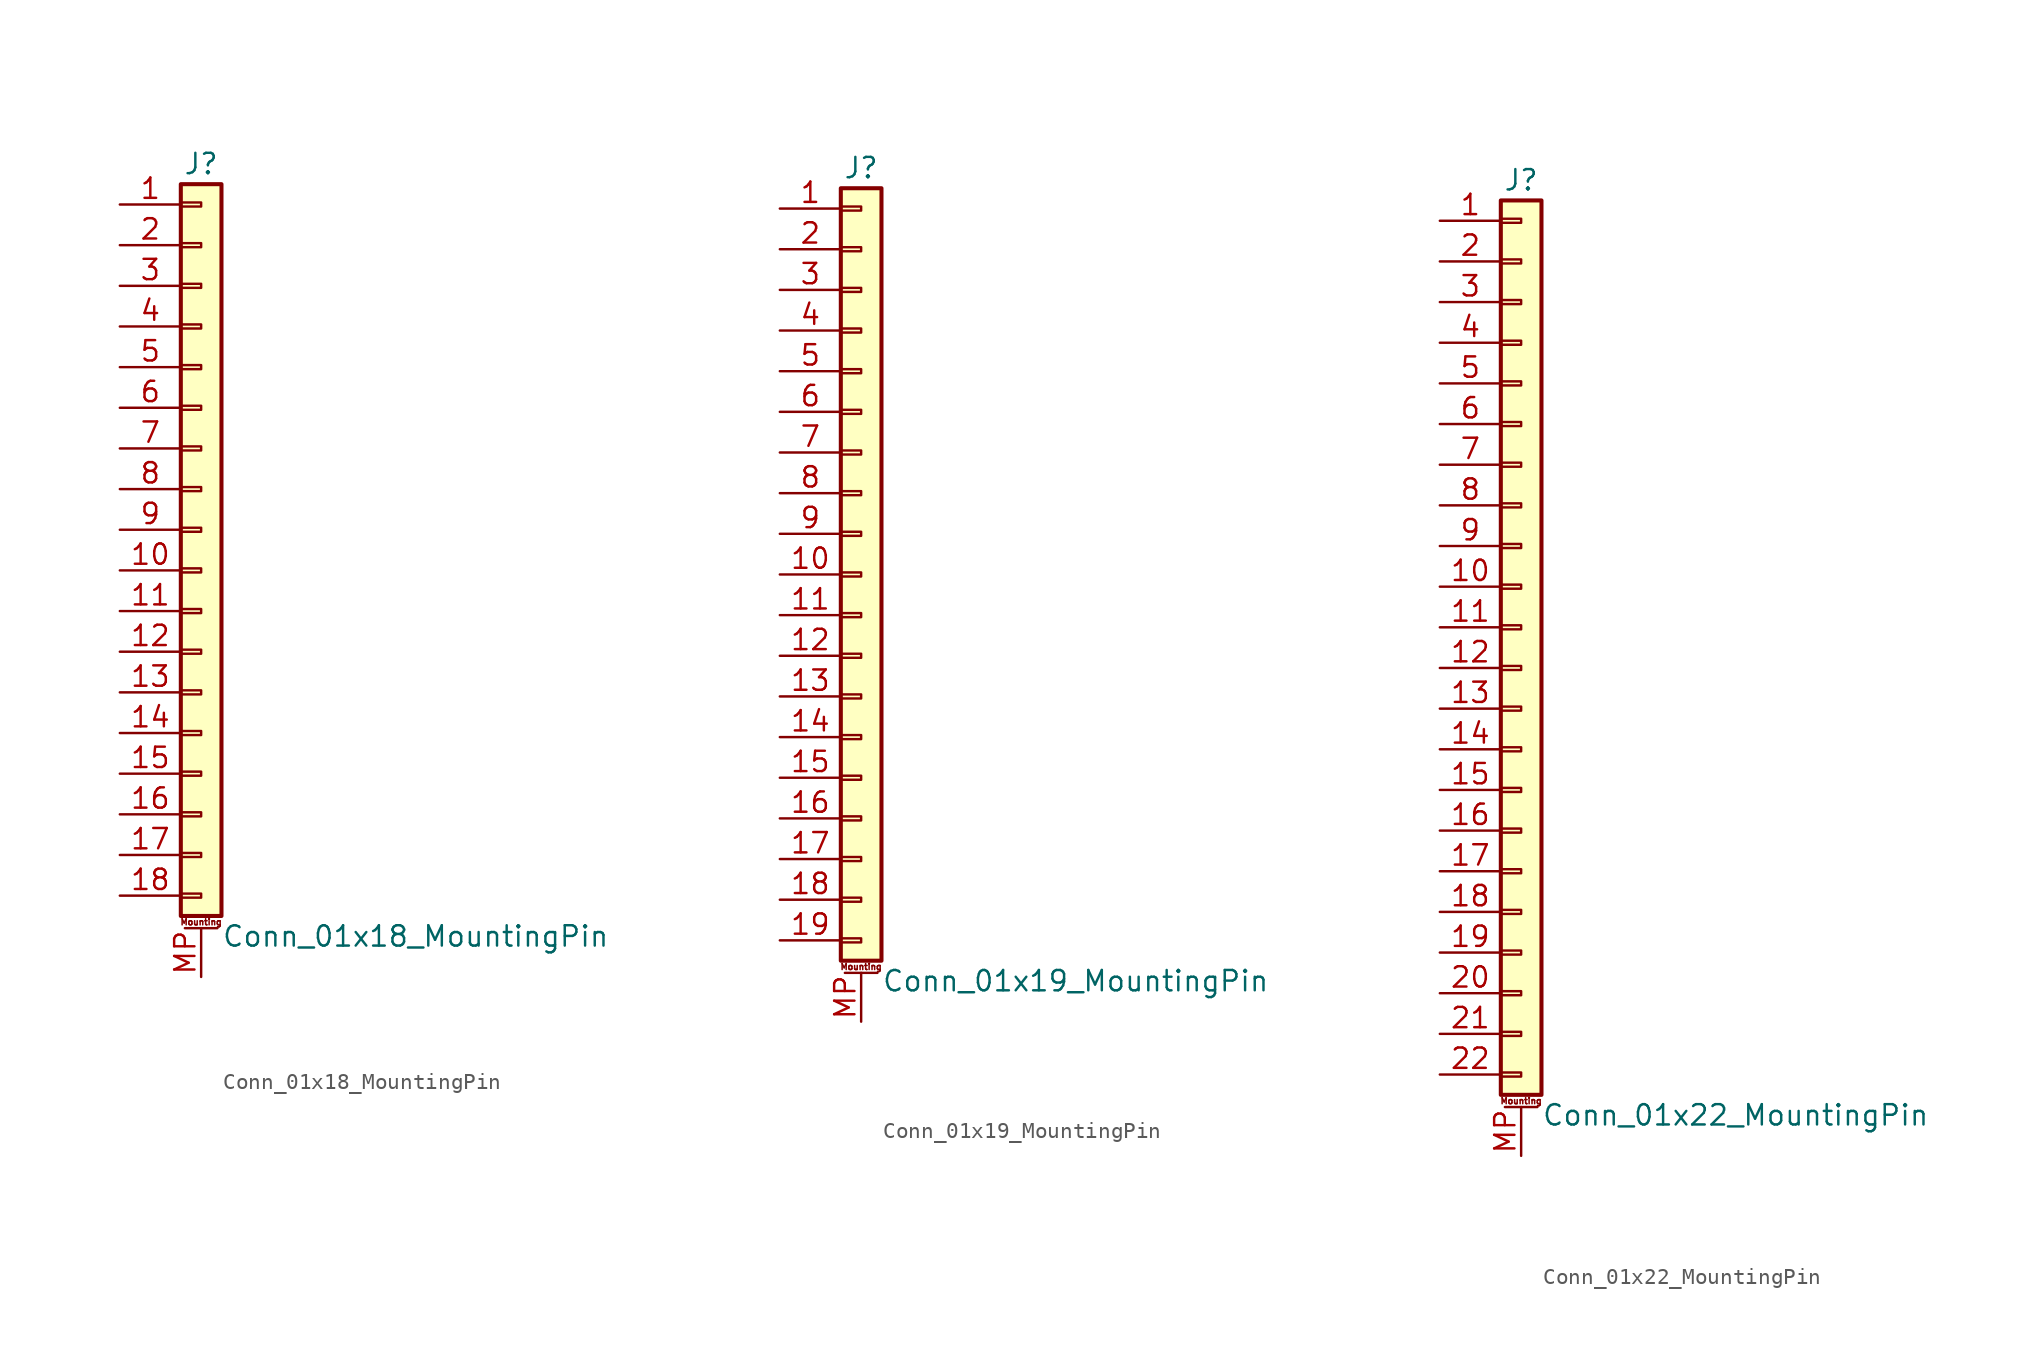
<source format=kicad_sym>
(kicad_symbol_lib
  (version 20220914)
  (generator kicad_symbol_editor)
  (symbol "Conn_01x18_MountingPin"
    (pin_names
      (offset 1.016) hide)
    (property "Reference" "J"
      (at 0 22.86 0)
      (effects (font (size 1.27 1.27))))
    (property "Value" "Conn_01x18_MountingPin"
      (at 1.27 -25.4 0)
      (effects (font (size 1.27 1.27)) (justify left)))
    (symbol "Conn_01x18_MountingPin_1_1"
      (rectangle (start -1.27 -22.733) (end 0 -22.987) (stroke (width 0.152) (type default)) (fill (type none)))
      (rectangle (start -1.27 -20.193) (end 0 -20.447) (stroke (width 0.152) (type default)) (fill (type none)))
      (rectangle (start -1.27 -17.653) (end 0 -17.907) (stroke (width 0.152) (type default)) (fill (type none)))
      (rectangle (start -1.27 -15.113) (end 0 -15.367) (stroke (width 0.152) (type default)) (fill (type none)))
      (rectangle (start -1.27 -12.573) (end 0 -12.827) (stroke (width 0.152) (type default)) (fill (type none)))
      (rectangle (start -1.27 -10.033) (end 0 -10.287) (stroke (width 0.152) (type default)) (fill (type none)))
      (rectangle (start -1.27 -7.493) (end 0 -7.747) (stroke (width 0.152) (type default)) (fill (type none)))
      (rectangle (start -1.27 -4.953) (end 0 -5.207) (stroke (width 0.152) (type default)) (fill (type none)))
      (rectangle (start -1.27 -2.413) (end 0 -2.667) (stroke (width 0.152) (type default)) (fill (type none)))
      (rectangle (start -1.27 0.127) (end 0 -0.127) (stroke (width 0.152) (type default)) (fill (type none)))
      (rectangle (start -1.27 2.667) (end 0 2.413) (stroke (width 0.152) (type default)) (fill (type none)))
      (rectangle (start -1.27 5.207) (end 0 4.953) (stroke (width 0.152) (type default)) (fill (type none)))
      (rectangle (start -1.27 7.747) (end 0 7.493) (stroke (width 0.152) (type default)) (fill (type none)))
      (rectangle (start -1.27 10.287) (end 0 10.033) (stroke (width 0.152) (type default)) (fill (type none)))
      (rectangle (start -1.27 12.827) (end 0 12.573) (stroke (width 0.152) (type default)) (fill (type none)))
      (rectangle (start -1.27 15.367) (end 0 15.113) (stroke (width 0.152) (type default)) (fill (type none)))
      (rectangle (start -1.27 17.907) (end 0 17.653) (stroke (width 0.152) (type default)) (fill (type none)))
      (rectangle (start -1.27 20.447) (end 0 20.193) (stroke (width 0.152) (type default)) (fill (type none)))
      (rectangle (start -1.27 21.59) (end 1.27 -24.13) (stroke (width 0.254) (type default)) (fill (type background)))
      (polyline (pts (xy -1.016 -24.892) (xy 1.016 -24.892)) (stroke (width 0.152) (type default)) (fill (type none)))
      (text "Mounting" (at 0 -24.511 0) (effects (font (size 0.381 0.381))))
      (pin passive line (at -5.08 20.32 0) (length 3.81) (name "Pin_1" (effects (font (size 1.27 1.27)))) (number "1" (effects (font (size 1.27 1.27)))))
      (pin passive line (at -5.08 -2.54 0) (length 3.81) (name "Pin_10" (effects (font (size 1.27 1.27)))) (number "10" (effects (font (size 1.27 1.27)))))
      (pin passive line (at -5.08 -5.08 0) (length 3.81) (name "Pin_11" (effects (font (size 1.27 1.27)))) (number "11" (effects (font (size 1.27 1.27)))))
      (pin passive line (at -5.08 -7.62 0) (length 3.81) (name "Pin_12" (effects (font (size 1.27 1.27)))) (number "12" (effects (font (size 1.27 1.27)))))
      (pin passive line (at -5.08 -10.16 0) (length 3.81) (name "Pin_13" (effects (font (size 1.27 1.27)))) (number "13" (effects (font (size 1.27 1.27)))))
      (pin passive line (at -5.08 -12.7 0) (length 3.81) (name "Pin_14" (effects (font (size 1.27 1.27)))) (number "14" (effects (font (size 1.27 1.27)))))
      (pin passive line (at -5.08 -15.24 0) (length 3.81) (name "Pin_15" (effects (font (size 1.27 1.27)))) (number "15" (effects (font (size 1.27 1.27)))))
      (pin passive line (at -5.08 -17.78 0) (length 3.81) (name "Pin_16" (effects (font (size 1.27 1.27)))) (number "16" (effects (font (size 1.27 1.27)))))
      (pin passive line (at -5.08 -20.32 0) (length 3.81) (name "Pin_17" (effects (font (size 1.27 1.27)))) (number "17" (effects (font (size 1.27 1.27)))))
      (pin passive line (at -5.08 -22.86 0) (length 3.81) (name "Pin_18" (effects (font (size 1.27 1.27)))) (number "18" (effects (font (size 1.27 1.27)))))
      (pin passive line (at -5.08 17.78 0) (length 3.81) (name "Pin_2" (effects (font (size 1.27 1.27)))) (number "2" (effects (font (size 1.27 1.27)))))
      (pin passive line (at -5.08 15.24 0) (length 3.81) (name "Pin_3" (effects (font (size 1.27 1.27)))) (number "3" (effects (font (size 1.27 1.27)))))
      (pin passive line (at -5.08 12.7 0) (length 3.81) (name "Pin_4" (effects (font (size 1.27 1.27)))) (number "4" (effects (font (size 1.27 1.27)))))
      (pin passive line (at -5.08 10.16 0) (length 3.81) (name "Pin_5" (effects (font (size 1.27 1.27)))) (number "5" (effects (font (size 1.27 1.27)))))
      (pin passive line (at -5.08 7.62 0) (length 3.81) (name "Pin_6" (effects (font (size 1.27 1.27)))) (number "6" (effects (font (size 1.27 1.27)))))
      (pin passive line (at -5.08 5.08 0) (length 3.81) (name "Pin_7" (effects (font (size 1.27 1.27)))) (number "7" (effects (font (size 1.27 1.27)))))
      (pin passive line (at -5.08 2.54 0) (length 3.81) (name "Pin_8" (effects (font (size 1.27 1.27)))) (number "8" (effects (font (size 1.27 1.27)))))
      (pin passive line (at -5.08 0 0) (length 3.81) (name "Pin_9" (effects (font (size 1.27 1.27)))) (number "9" (effects (font (size 1.27 1.27)))))
      (pin passive line (at 0 -27.94 90) (length 3.048) (name "MountPin" (effects (font (size 1.27 1.27)))) (number "MP" (effects (font (size 1.27 1.27)))))))
  (symbol "Conn_01x19_MountingPin"
    (pin_names
      (offset 1.016) hide)
    (property "Reference" "J"
      (at 0 25.4 0)
      (effects (font (size 1.27 1.27))))
    (property "Value" "Conn_01x19_MountingPin"
      (at 1.27 -25.4 0)
      (effects (font (size 1.27 1.27)) (justify left)))
    (symbol "Conn_01x19_MountingPin_1_1"
      (rectangle (start -1.27 -22.733) (end 0 -22.987) (stroke (width 0.152) (type default)) (fill (type none)))
      (rectangle (start -1.27 -20.193) (end 0 -20.447) (stroke (width 0.152) (type default)) (fill (type none)))
      (rectangle (start -1.27 -17.653) (end 0 -17.907) (stroke (width 0.152) (type default)) (fill (type none)))
      (rectangle (start -1.27 -15.113) (end 0 -15.367) (stroke (width 0.152) (type default)) (fill (type none)))
      (rectangle (start -1.27 -12.573) (end 0 -12.827) (stroke (width 0.152) (type default)) (fill (type none)))
      (rectangle (start -1.27 -10.033) (end 0 -10.287) (stroke (width 0.152) (type default)) (fill (type none)))
      (rectangle (start -1.27 -7.493) (end 0 -7.747) (stroke (width 0.152) (type default)) (fill (type none)))
      (rectangle (start -1.27 -4.953) (end 0 -5.207) (stroke (width 0.152) (type default)) (fill (type none)))
      (rectangle (start -1.27 -2.413) (end 0 -2.667) (stroke (width 0.152) (type default)) (fill (type none)))
      (rectangle (start -1.27 0.127) (end 0 -0.127) (stroke (width 0.152) (type default)) (fill (type none)))
      (rectangle (start -1.27 2.667) (end 0 2.413) (stroke (width 0.152) (type default)) (fill (type none)))
      (rectangle (start -1.27 5.207) (end 0 4.953) (stroke (width 0.152) (type default)) (fill (type none)))
      (rectangle (start -1.27 7.747) (end 0 7.493) (stroke (width 0.152) (type default)) (fill (type none)))
      (rectangle (start -1.27 10.287) (end 0 10.033) (stroke (width 0.152) (type default)) (fill (type none)))
      (rectangle (start -1.27 12.827) (end 0 12.573) (stroke (width 0.152) (type default)) (fill (type none)))
      (rectangle (start -1.27 15.367) (end 0 15.113) (stroke (width 0.152) (type default)) (fill (type none)))
      (rectangle (start -1.27 17.907) (end 0 17.653) (stroke (width 0.152) (type default)) (fill (type none)))
      (rectangle (start -1.27 20.447) (end 0 20.193) (stroke (width 0.152) (type default)) (fill (type none)))
      (rectangle (start -1.27 22.987) (end 0 22.733) (stroke (width 0.152) (type default)) (fill (type none)))
      (rectangle (start -1.27 24.13) (end 1.27 -24.13) (stroke (width 0.254) (type default)) (fill (type background)))
      (polyline (pts (xy -1.016 -24.892) (xy 1.016 -24.892)) (stroke (width 0.152) (type default)) (fill (type none)))
      (text "Mounting" (at 0 -24.511 0) (effects (font (size 0.381 0.381))))
      (pin passive line (at -5.08 22.86 0) (length 3.81) (name "Pin_1" (effects (font (size 1.27 1.27)))) (number "1" (effects (font (size 1.27 1.27)))))
      (pin passive line (at -5.08 0 0) (length 3.81) (name "Pin_10" (effects (font (size 1.27 1.27)))) (number "10" (effects (font (size 1.27 1.27)))))
      (pin passive line (at -5.08 -2.54 0) (length 3.81) (name "Pin_11" (effects (font (size 1.27 1.27)))) (number "11" (effects (font (size 1.27 1.27)))))
      (pin passive line (at -5.08 -5.08 0) (length 3.81) (name "Pin_12" (effects (font (size 1.27 1.27)))) (number "12" (effects (font (size 1.27 1.27)))))
      (pin passive line (at -5.08 -7.62 0) (length 3.81) (name "Pin_13" (effects (font (size 1.27 1.27)))) (number "13" (effects (font (size 1.27 1.27)))))
      (pin passive line (at -5.08 -10.16 0) (length 3.81) (name "Pin_14" (effects (font (size 1.27 1.27)))) (number "14" (effects (font (size 1.27 1.27)))))
      (pin passive line (at -5.08 -12.7 0) (length 3.81) (name "Pin_15" (effects (font (size 1.27 1.27)))) (number "15" (effects (font (size 1.27 1.27)))))
      (pin passive line (at -5.08 -15.24 0) (length 3.81) (name "Pin_16" (effects (font (size 1.27 1.27)))) (number "16" (effects (font (size 1.27 1.27)))))
      (pin passive line (at -5.08 -17.78 0) (length 3.81) (name "Pin_17" (effects (font (size 1.27 1.27)))) (number "17" (effects (font (size 1.27 1.27)))))
      (pin passive line (at -5.08 -20.32 0) (length 3.81) (name "Pin_18" (effects (font (size 1.27 1.27)))) (number "18" (effects (font (size 1.27 1.27)))))
      (pin passive line (at -5.08 -22.86 0) (length 3.81) (name "Pin_19" (effects (font (size 1.27 1.27)))) (number "19" (effects (font (size 1.27 1.27)))))
      (pin passive line (at -5.08 20.32 0) (length 3.81) (name "Pin_2" (effects (font (size 1.27 1.27)))) (number "2" (effects (font (size 1.27 1.27)))))
      (pin passive line (at -5.08 17.78 0) (length 3.81) (name "Pin_3" (effects (font (size 1.27 1.27)))) (number "3" (effects (font (size 1.27 1.27)))))
      (pin passive line (at -5.08 15.24 0) (length 3.81) (name "Pin_4" (effects (font (size 1.27 1.27)))) (number "4" (effects (font (size 1.27 1.27)))))
      (pin passive line (at -5.08 12.7 0) (length 3.81) (name "Pin_5" (effects (font (size 1.27 1.27)))) (number "5" (effects (font (size 1.27 1.27)))))
      (pin passive line (at -5.08 10.16 0) (length 3.81) (name "Pin_6" (effects (font (size 1.27 1.27)))) (number "6" (effects (font (size 1.27 1.27)))))
      (pin passive line (at -5.08 7.62 0) (length 3.81) (name "Pin_7" (effects (font (size 1.27 1.27)))) (number "7" (effects (font (size 1.27 1.27)))))
      (pin passive line (at -5.08 5.08 0) (length 3.81) (name "Pin_8" (effects (font (size 1.27 1.27)))) (number "8" (effects (font (size 1.27 1.27)))))
      (pin passive line (at -5.08 2.54 0) (length 3.81) (name "Pin_9" (effects (font (size 1.27 1.27)))) (number "9" (effects (font (size 1.27 1.27)))))
      (pin passive line (at 0 -27.94 90) (length 3.048) (name "MountPin" (effects (font (size 1.27 1.27)))) (number "MP" (effects (font (size 1.27 1.27)))))))
  (symbol "Conn_01x22_MountingPin"
    (pin_names
      (offset 1.016) hide)
    (property "Reference" "J"
      (at 0 27.94 0)
      (effects (font (size 1.27 1.27))))
    (property "Value" "Conn_01x22_MountingPin"
      (at 1.27 -30.48 0)
      (effects (font (size 1.27 1.27)) (justify left)))
    (symbol "Conn_01x22_MountingPin_1_1"
      (rectangle (start -1.27 -27.813) (end 0 -28.067) (stroke (width 0.152) (type default)) (fill (type none)))
      (rectangle (start -1.27 -25.273) (end 0 -25.527) (stroke (width 0.152) (type default)) (fill (type none)))
      (rectangle (start -1.27 -22.733) (end 0 -22.987) (stroke (width 0.152) (type default)) (fill (type none)))
      (rectangle (start -1.27 -20.193) (end 0 -20.447) (stroke (width 0.152) (type default)) (fill (type none)))
      (rectangle (start -1.27 -17.653) (end 0 -17.907) (stroke (width 0.152) (type default)) (fill (type none)))
      (rectangle (start -1.27 -15.113) (end 0 -15.367) (stroke (width 0.152) (type default)) (fill (type none)))
      (rectangle (start -1.27 -12.573) (end 0 -12.827) (stroke (width 0.152) (type default)) (fill (type none)))
      (rectangle (start -1.27 -10.033) (end 0 -10.287) (stroke (width 0.152) (type default)) (fill (type none)))
      (rectangle (start -1.27 -7.493) (end 0 -7.747) (stroke (width 0.152) (type default)) (fill (type none)))
      (rectangle (start -1.27 -4.953) (end 0 -5.207) (stroke (width 0.152) (type default)) (fill (type none)))
      (rectangle (start -1.27 -2.413) (end 0 -2.667) (stroke (width 0.152) (type default)) (fill (type none)))
      (rectangle (start -1.27 0.127) (end 0 -0.127) (stroke (width 0.152) (type default)) (fill (type none)))
      (rectangle (start -1.27 2.667) (end 0 2.413) (stroke (width 0.152) (type default)) (fill (type none)))
      (rectangle (start -1.27 5.207) (end 0 4.953) (stroke (width 0.152) (type default)) (fill (type none)))
      (rectangle (start -1.27 7.747) (end 0 7.493) (stroke (width 0.152) (type default)) (fill (type none)))
      (rectangle (start -1.27 10.287) (end 0 10.033) (stroke (width 0.152) (type default)) (fill (type none)))
      (rectangle (start -1.27 12.827) (end 0 12.573) (stroke (width 0.152) (type default)) (fill (type none)))
      (rectangle (start -1.27 15.367) (end 0 15.113) (stroke (width 0.152) (type default)) (fill (type none)))
      (rectangle (start -1.27 17.907) (end 0 17.653) (stroke (width 0.152) (type default)) (fill (type none)))
      (rectangle (start -1.27 20.447) (end 0 20.193) (stroke (width 0.152) (type default)) (fill (type none)))
      (rectangle (start -1.27 22.987) (end 0 22.733) (stroke (width 0.152) (type default)) (fill (type none)))
      (rectangle (start -1.27 25.527) (end 0 25.273) (stroke (width 0.152) (type default)) (fill (type none)))
      (rectangle (start -1.27 26.67) (end 1.27 -29.21) (stroke (width 0.254) (type default)) (fill (type background)))
      (polyline (pts (xy -1.016 -29.972) (xy 1.016 -29.972)) (stroke (width 0.152) (type default)) (fill (type none)))
      (text "Mounting" (at 0 -29.591 0) (effects (font (size 0.381 0.381))))
      (pin passive line (at -5.08 25.4 0) (length 3.81) (name "Pin_1" (effects (font (size 1.27 1.27)))) (number "1" (effects (font (size 1.27 1.27)))))
      (pin passive line (at -5.08 2.54 0) (length 3.81) (name "Pin_10" (effects (font (size 1.27 1.27)))) (number "10" (effects (font (size 1.27 1.27)))))
      (pin passive line (at -5.08 0 0) (length 3.81) (name "Pin_11" (effects (font (size 1.27 1.27)))) (number "11" (effects (font (size 1.27 1.27)))))
      (pin passive line (at -5.08 -2.54 0) (length 3.81) (name "Pin_12" (effects (font (size 1.27 1.27)))) (number "12" (effects (font (size 1.27 1.27)))))
      (pin passive line (at -5.08 -5.08 0) (length 3.81) (name "Pin_13" (effects (font (size 1.27 1.27)))) (number "13" (effects (font (size 1.27 1.27)))))
      (pin passive line (at -5.08 -7.62 0) (length 3.81) (name "Pin_14" (effects (font (size 1.27 1.27)))) (number "14" (effects (font (size 1.27 1.27)))))
      (pin passive line (at -5.08 -10.16 0) (length 3.81) (name "Pin_15" (effects (font (size 1.27 1.27)))) (number "15" (effects (font (size 1.27 1.27)))))
      (pin passive line (at -5.08 -12.7 0) (length 3.81) (name "Pin_16" (effects (font (size 1.27 1.27)))) (number "16" (effects (font (size 1.27 1.27)))))
      (pin passive line (at -5.08 -15.24 0) (length 3.81) (name "Pin_17" (effects (font (size 1.27 1.27)))) (number "17" (effects (font (size 1.27 1.27)))))
      (pin passive line (at -5.08 -17.78 0) (length 3.81) (name "Pin_18" (effects (font (size 1.27 1.27)))) (number "18" (effects (font (size 1.27 1.27)))))
      (pin passive line (at -5.08 -20.32 0) (length 3.81) (name "Pin_19" (effects (font (size 1.27 1.27)))) (number "19" (effects (font (size 1.27 1.27)))))
      (pin passive line (at -5.08 22.86 0) (length 3.81) (name "Pin_2" (effects (font (size 1.27 1.27)))) (number "2" (effects (font (size 1.27 1.27)))))
      (pin passive line (at -5.08 -22.86 0) (length 3.81) (name "Pin_20" (effects (font (size 1.27 1.27)))) (number "20" (effects (font (size 1.27 1.27)))))
      (pin passive line (at -5.08 -25.4 0) (length 3.81) (name "Pin_21" (effects (font (size 1.27 1.27)))) (number "21" (effects (font (size 1.27 1.27)))))
      (pin passive line (at -5.08 -27.94 0) (length 3.81) (name "Pin_22" (effects (font (size 1.27 1.27)))) (number "22" (effects (font (size 1.27 1.27)))))
      (pin passive line (at -5.08 20.32 0) (length 3.81) (name "Pin_3" (effects (font (size 1.27 1.27)))) (number "3" (effects (font (size 1.27 1.27)))))
      (pin passive line (at -5.08 17.78 0) (length 3.81) (name "Pin_4" (effects (font (size 1.27 1.27)))) (number "4" (effects (font (size 1.27 1.27)))))
      (pin passive line (at -5.08 15.24 0) (length 3.81) (name "Pin_5" (effects (font (size 1.27 1.27)))) (number "5" (effects (font (size 1.27 1.27)))))
      (pin passive line (at -5.08 12.7 0) (length 3.81) (name "Pin_6" (effects (font (size 1.27 1.27)))) (number "6" (effects (font (size 1.27 1.27)))))
      (pin passive line (at -5.08 10.16 0) (length 3.81) (name "Pin_7" (effects (font (size 1.27 1.27)))) (number "7" (effects (font (size 1.27 1.27)))))
      (pin passive line (at -5.08 7.62 0) (length 3.81) (name "Pin_8" (effects (font (size 1.27 1.27)))) (number "8" (effects (font (size 1.27 1.27)))))
      (pin passive line (at -5.08 5.08 0) (length 3.81) (name "Pin_9" (effects (font (size 1.27 1.27)))) (number "9" (effects (font (size 1.27 1.27)))))
      (pin passive line (at 0 -33.02 90) (length 3.048) (name "MountPin" (effects (font (size 1.27 1.27)))) (number "MP" (effects (font (size 1.27 1.27))))))))
</source>
